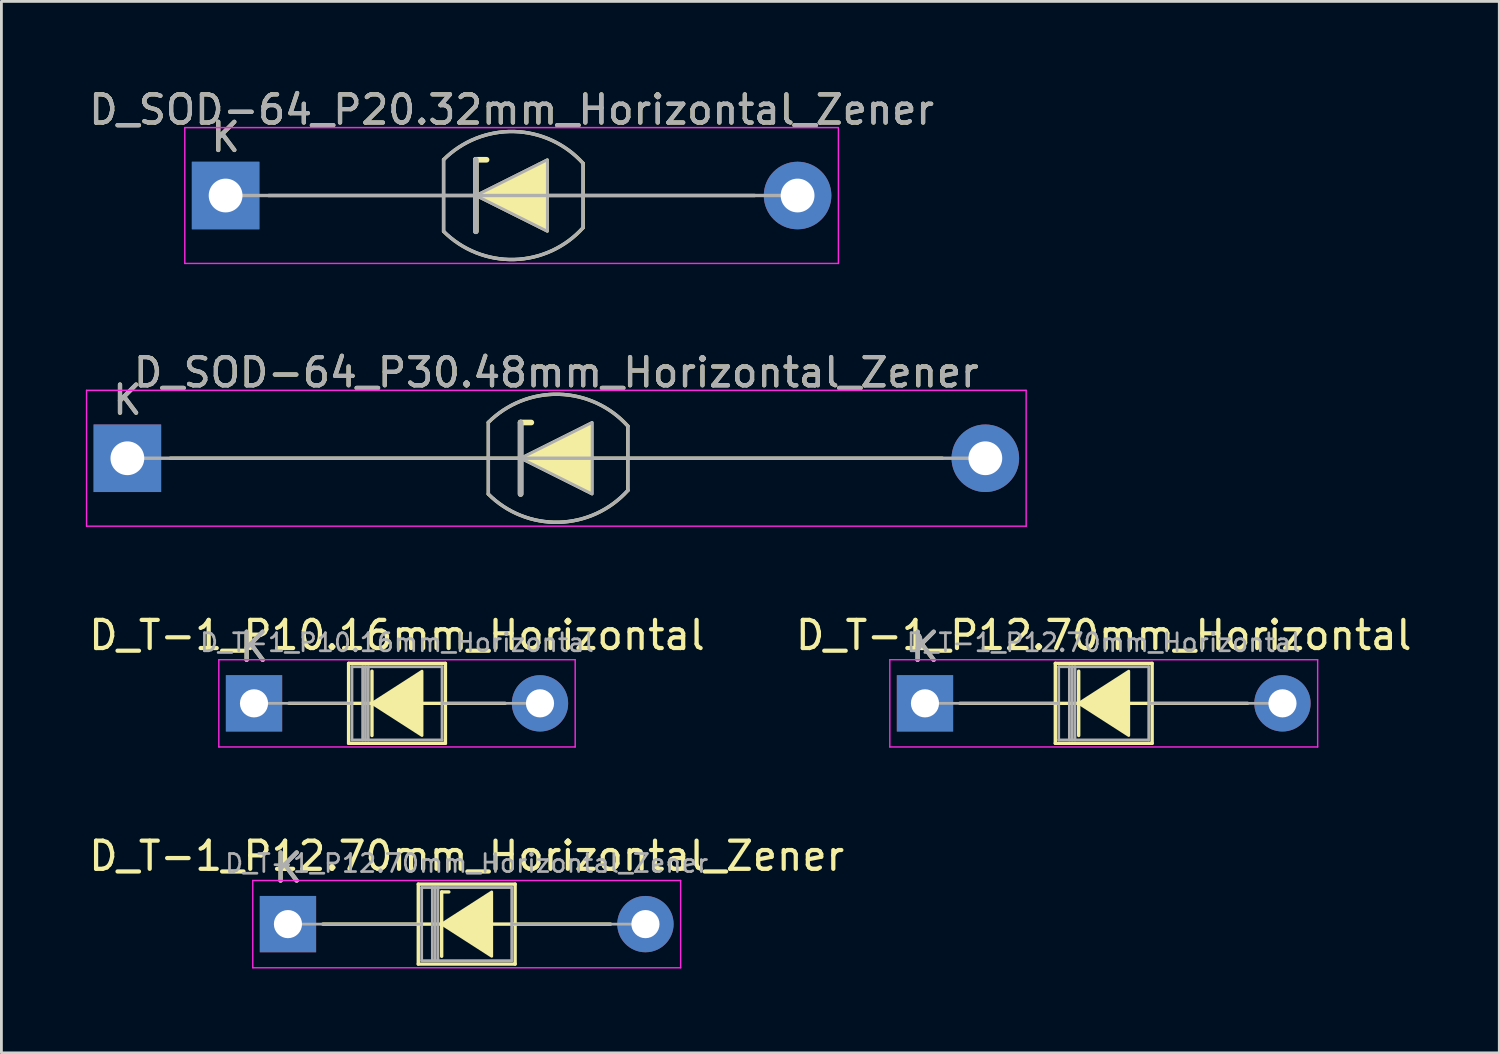
<source format=kicad_pcb>
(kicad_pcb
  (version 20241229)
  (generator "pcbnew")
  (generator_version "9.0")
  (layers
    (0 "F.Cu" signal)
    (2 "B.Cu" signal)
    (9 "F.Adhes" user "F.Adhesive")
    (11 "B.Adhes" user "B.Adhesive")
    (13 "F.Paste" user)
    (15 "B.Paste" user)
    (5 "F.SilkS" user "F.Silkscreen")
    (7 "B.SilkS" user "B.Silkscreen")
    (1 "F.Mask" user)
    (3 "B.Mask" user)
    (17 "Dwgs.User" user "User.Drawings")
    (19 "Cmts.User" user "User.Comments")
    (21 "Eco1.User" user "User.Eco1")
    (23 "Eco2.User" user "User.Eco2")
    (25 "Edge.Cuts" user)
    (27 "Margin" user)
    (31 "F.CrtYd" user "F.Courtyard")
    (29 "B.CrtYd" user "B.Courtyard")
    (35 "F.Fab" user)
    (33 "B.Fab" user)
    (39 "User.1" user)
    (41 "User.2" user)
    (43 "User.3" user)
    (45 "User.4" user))
  (footprint "D_SOD-64_P30.48mm_Horizontal_Zener"
    (layer "F.Cu")
    (at 1.475 13.23)
    (property "Reference" "D_SOD-64_P30.48mm_Horizontal_Zener" (at 15.24 -3.048 0) (layer "F.SilkS") (effects (font (size 1 1) (thickness 0.15))))
    (attr through_hole)
    (fp_line (start 1.524 0) (end 28.956 0) (stroke (width 0.12) (type solid)) (layer "F.SilkS"))
    (fp_line (start 12.824 1.27) (end 12.824 -1.273) (stroke (width 0.12) (type solid)) (layer "F.SilkS"))
    (fp_line (start 13.97 -1.27) (end 14.351 -1.27) (stroke (width 0.2) (type solid)) (layer "F.SilkS"))
    (fp_line (start 13.97 1.27) (end 13.97 -1.27) (stroke (width 0.2) (type solid)) (layer "F.SilkS"))
    (fp_line (start 17.78 -1.143) (end 17.78 1.143) (stroke (width 0.12) (type solid)) (layer "F.SilkS"))
    (fp_arc (start 12.82366 -1.27334) (mid 15.329833 -2.273039) (end 17.779998 -1.143) (stroke (width 0.12) (type solid)) (layer "F.SilkS"))
    (fp_arc (start 17.78 1.143) (mid 15.330216 2.273029) (end 12.824202 1.273879) (stroke (width 0.12) (type solid)) (layer "F.SilkS"))
    (fp_poly (pts (xy 16.51 1.27) (xy 13.97 0) (xy 16.51 -1.27)) (stroke (width 0.1) (type solid)) (fill yes) (layer "F.SilkS"))
    (fp_line (start -1.45 -2.413) (end -1.45 2.413) (stroke (width 0.05) (type solid)) (layer "F.CrtYd"))
    (fp_line (start -1.45 2.413) (end 31.93 2.413) (stroke (width 0.05) (type solid)) (layer "F.CrtYd"))
    (fp_line (start 31.93 -2.413) (end -1.45 -2.413) (stroke (width 0.05) (type solid)) (layer "F.CrtYd"))
    (fp_line (start 31.93 2.413) (end 31.93 -2.413) (stroke (width 0.05) (type solid)) (layer "F.CrtYd"))
    (fp_line (start 0 0) (end 30.48 0) (stroke (width 0.12) (type solid)) (layer "F.Fab"))
    (fp_line (start 12.824 1.274) (end 12.824 -1.273) (stroke (width 0.12) (type solid)) (layer "F.Fab"))
    (fp_line (start 13.97 1.27) (end 13.97 -1.27) (stroke (width 0.2) (type solid)) (layer "F.Fab"))
    (fp_line (start 17.78 -1.143) (end 17.78 1.143) (stroke (width 0.12) (type solid)) (layer "F.Fab"))
    (fp_arc (start 12.8242 -1.273879) (mid 15.330214 -2.273029) (end 17.779998 -1.143) (stroke (width 0.12) (type solid)) (layer "F.Fab"))
    (fp_arc (start 17.78 1.143) (mid 15.330216 2.273029) (end 12.824202 1.273879) (stroke (width 0.12) (type solid)) (layer "F.Fab"))
    (fp_poly (pts (xy 16.51 1.27) (xy 13.97 0) (xy 16.51 -1.27)) (stroke (width 0.1) (type solid)) (fill no) (layer "F.Fab"))
    (fp_text user "K" (at 0 -2.073 0) (layer "F.SilkS") (effects (font (size 1 1) (thickness 0.15))))
    (fp_text user "K" (at 0 -2.073 0) (layer "F.Fab") (effects (font (size 1 1) (thickness 0.15))))
    (fp_text user "${REFERENCE}" (at 15.24 -3.048 0) (layer "F.Fab") (effects (font (size 1 1) (thickness 0.15))))
    (pad "1" thru_hole rect (at 0 0) (size 2.4 2.4) (drill 1.2) (layers "*.Cu" "*.Mask"))
    (pad "2" thru_hole oval (at 30.48 0) (size 2.4 2.4) (drill 1.2) (layers "*.Cu" "*.Mask")))
  (footprint "D_T-1_P12.70mm_Horizontal"
    (layer "F.Cu")
    (at 29.811 21.937)
    (property "Reference" "D_T-1_P12.70mm_Horizontal" (at 6.35 -2.42 0) (layer "F.SilkS") (effects (font (size 1 1) (thickness 0.15))))
    (attr through_hole)
    (fp_line (start 1.24 0) (end 4.63 0) (stroke (width 0.12) (type solid)) (layer "F.SilkS"))
    (fp_line (start 4.63 -1.42) (end 4.63 1.42) (stroke (width 0.12) (type solid)) (layer "F.SilkS"))
    (fp_line (start 4.63 1.42) (end 8.07 1.42) (stroke (width 0.12) (type solid)) (layer "F.SilkS"))
    (fp_line (start 5.461 -1.143) (end 5.461 1.143) (stroke (width 0.12) (type solid)) (layer "F.SilkS"))
    (fp_line (start 5.588 0) (end 4.63 0) (stroke (width 0.12) (type solid)) (layer "F.SilkS"))
    (fp_line (start 7.239 0) (end 8.07 0) (stroke (width 0.12) (type solid)) (layer "F.SilkS"))
    (fp_line (start 8.07 -1.42) (end 4.63 -1.42) (stroke (width 0.12) (type solid)) (layer "F.SilkS"))
    (fp_line (start 8.07 1.42) (end 8.07 -1.42) (stroke (width 0.12) (type solid)) (layer "F.SilkS"))
    (fp_line (start 11.46 0) (end 8.07 0) (stroke (width 0.12) (type solid)) (layer "F.SilkS"))
    (fp_poly (pts (xy 7.239 1.143) (xy 5.461 0) (xy 7.239 -1.143)) (stroke (width 0.1) (type solid)) (fill yes) (layer "F.SilkS"))
    (fp_line (start -1.25 -1.55) (end -1.25 1.55) (stroke (width 0.05) (type solid)) (layer "F.CrtYd"))
    (fp_line (start -1.25 1.55) (end 13.95 1.55) (stroke (width 0.05) (type solid)) (layer "F.CrtYd"))
    (fp_line (start 13.95 -1.55) (end -1.25 -1.55) (stroke (width 0.05) (type solid)) (layer "F.CrtYd"))
    (fp_line (start 13.95 1.55) (end 13.95 -1.55) (stroke (width 0.05) (type solid)) (layer "F.CrtYd"))
    (fp_line (start 0 0) (end 4.75 0) (stroke (width 0.1) (type solid)) (layer "F.Fab"))
    (fp_line (start 4.75 -1.3) (end 4.75 1.3) (stroke (width 0.1) (type solid)) (layer "F.Fab"))
    (fp_line (start 4.75 1.3) (end 7.95 1.3) (stroke (width 0.1) (type solid)) (layer "F.Fab"))
    (fp_line (start 5.13 -1.3) (end 5.13 1.3) (stroke (width 0.1) (type solid)) (layer "F.Fab"))
    (fp_line (start 5.23 -1.3) (end 5.23 1.3) (stroke (width 0.1) (type solid)) (layer "F.Fab"))
    (fp_line (start 5.33 -1.3) (end 5.33 1.3) (stroke (width 0.1) (type solid)) (layer "F.Fab"))
    (fp_line (start 7.95 -1.3) (end 4.75 -1.3) (stroke (width 0.1) (type solid)) (layer "F.Fab"))
    (fp_line (start 7.95 1.3) (end 7.95 -1.3) (stroke (width 0.1) (type solid)) (layer "F.Fab"))
    (fp_line (start 12.7 0) (end 7.95 0) (stroke (width 0.1) (type solid)) (layer "F.Fab"))
    (fp_text user "K" (at 0 -2 0) (layer "F.SilkS") (effects (font (size 1 1) (thickness 0.15))))
    (fp_text user "K" (at 0 -2 0) (layer "F.Fab") (effects (font (size 1 1) (thickness 0.15))))
    (fp_text user "${REFERENCE}" (at 6.35 -2.159 0) (layer "F.Fab") (effects (font (size 0.64 0.64) (thickness 0.096))))
    (pad "1" thru_hole rect (at 0 0) (size 2 2) (drill 1) (layers "*.Cu" "*.Mask"))
    (pad "2" thru_hole oval (at 12.7 0) (size 2 2) (drill 1) (layers "*.Cu" "*.Mask")))
  (footprint "D_T-1_P12.70mm_Horizontal_Zener"
    (layer "F.Cu")
    (at 7.18 29.78)
    (property "Reference" "D_T-1_P12.70mm_Horizontal_Zener" (at 6.35 -2.42 0) (layer "F.SilkS") (effects (font (size 1 1) (thickness 0.15))))
    (attr through_hole)
    (fp_line (start 1.24 0) (end 4.63 0) (stroke (width 0.12) (type solid)) (layer "F.SilkS"))
    (fp_line (start 4.63 -1.42) (end 4.63 1.42) (stroke (width 0.12) (type solid)) (layer "F.SilkS"))
    (fp_line (start 4.63 1.42) (end 8.07 1.42) (stroke (width 0.12) (type solid)) (layer "F.SilkS"))
    (fp_line (start 5.461 -1.143) (end 5.461 1.143) (stroke (width 0.12) (type solid)) (layer "F.SilkS"))
    (fp_line (start 5.461 -1.143) (end 5.715 -1.143) (stroke (width 0.12) (type solid)) (layer "F.SilkS"))
    (fp_line (start 5.588 0) (end 4.63 0) (stroke (width 0.12) (type solid)) (layer "F.SilkS"))
    (fp_line (start 7.239 0) (end 8.07 0) (stroke (width 0.12) (type solid)) (layer "F.SilkS"))
    (fp_line (start 8.07 -1.42) (end 4.63 -1.42) (stroke (width 0.12) (type solid)) (layer "F.SilkS"))
    (fp_line (start 8.07 1.42) (end 8.07 -1.42) (stroke (width 0.12) (type solid)) (layer "F.SilkS"))
    (fp_line (start 11.46 0) (end 8.07 0) (stroke (width 0.12) (type solid)) (layer "F.SilkS"))
    (fp_poly (pts (xy 7.239 1.143) (xy 5.461 0) (xy 7.239 -1.143)) (stroke (width 0.1) (type solid)) (fill yes) (layer "F.SilkS"))
    (fp_line (start -1.25 -1.55) (end -1.25 1.55) (stroke (width 0.05) (type solid)) (layer "F.CrtYd"))
    (fp_line (start -1.25 1.55) (end 13.95 1.55) (stroke (width 0.05) (type solid)) (layer "F.CrtYd"))
    (fp_line (start 13.95 -1.55) (end -1.25 -1.55) (stroke (width 0.05) (type solid)) (layer "F.CrtYd"))
    (fp_line (start 13.95 1.55) (end 13.95 -1.55) (stroke (width 0.05) (type solid)) (layer "F.CrtYd"))
    (fp_line (start 0 0) (end 4.75 0) (stroke (width 0.1) (type solid)) (layer "F.Fab"))
    (fp_line (start 4.75 -1.3) (end 4.75 1.3) (stroke (width 0.1) (type solid)) (layer "F.Fab"))
    (fp_line (start 4.75 1.3) (end 7.95 1.3) (stroke (width 0.1) (type solid)) (layer "F.Fab"))
    (fp_line (start 5.13 -1.3) (end 5.13 1.3) (stroke (width 0.1) (type solid)) (layer "F.Fab"))
    (fp_line (start 5.23 -1.3) (end 5.23 1.3) (stroke (width 0.1) (type solid)) (layer "F.Fab"))
    (fp_line (start 5.33 -1.3) (end 5.33 1.3) (stroke (width 0.1) (type solid)) (layer "F.Fab"))
    (fp_line (start 7.95 -1.3) (end 4.75 -1.3) (stroke (width 0.1) (type solid)) (layer "F.Fab"))
    (fp_line (start 7.95 1.3) (end 7.95 -1.3) (stroke (width 0.1) (type solid)) (layer "F.Fab"))
    (fp_line (start 12.7 0) (end 7.95 0) (stroke (width 0.1) (type solid)) (layer "F.Fab"))
    (fp_text user "K" (at 0 -2 0) (layer "F.SilkS") (effects (font (size 1 1) (thickness 0.15))))
    (fp_text user "K" (at 0 -2 0) (layer "F.Fab") (effects (font (size 1 1) (thickness 0.15))))
    (fp_text user "${REFERENCE}" (at 6.35 -2.159 0) (layer "F.Fab") (effects (font (size 0.64 0.64) (thickness 0.096))))
    (pad "1" thru_hole rect (at 0 0) (size 2 2) (drill 1) (layers "*.Cu" "*.Mask"))
    (pad "2" thru_hole oval (at 12.7 0) (size 2 2) (drill 1) (layers "*.Cu" "*.Mask")))
  (footprint "D_T-1_P10.16mm_Horizontal"
    (layer "F.Cu")
    (at 5.974 21.937)
    (property "Reference" "D_T-1_P10.16mm_Horizontal" (at 5.08 -2.42 0) (layer "F.SilkS") (effects (font (size 1 1) (thickness 0.15))))
    (attr through_hole)
    (fp_line (start 1.24 0) (end 3.36 0) (stroke (width 0.12) (type solid)) (layer "F.SilkS"))
    (fp_line (start 3.36 -1.42) (end 3.36 1.42) (stroke (width 0.12) (type solid)) (layer "F.SilkS"))
    (fp_line (start 3.36 1.42) (end 6.8 1.42) (stroke (width 0.12) (type solid)) (layer "F.SilkS"))
    (fp_line (start 4.191 -1.143) (end 4.191 1.143) (stroke (width 0.12) (type solid)) (layer "F.SilkS"))
    (fp_line (start 4.318 0) (end 3.36 0) (stroke (width 0.12) (type solid)) (layer "F.SilkS"))
    (fp_line (start 5.969 0) (end 6.8 0) (stroke (width 0.12) (type solid)) (layer "F.SilkS"))
    (fp_line (start 6.8 -1.42) (end 3.36 -1.42) (stroke (width 0.12) (type solid)) (layer "F.SilkS"))
    (fp_line (start 6.8 1.42) (end 6.8 -1.42) (stroke (width 0.12) (type solid)) (layer "F.SilkS"))
    (fp_line (start 8.92 0) (end 6.8 0) (stroke (width 0.12) (type solid)) (layer "F.SilkS"))
    (fp_poly (pts (xy 5.969 1.143) (xy 4.191 0) (xy 5.969 -1.143)) (stroke (width 0.1) (type solid)) (fill yes) (layer "F.SilkS"))
    (fp_line (start -1.25 -1.55) (end -1.25 1.55) (stroke (width 0.05) (type solid)) (layer "F.CrtYd"))
    (fp_line (start -1.25 1.55) (end 11.41 1.55) (stroke (width 0.05) (type solid)) (layer "F.CrtYd"))
    (fp_line (start 11.41 -1.55) (end -1.25 -1.55) (stroke (width 0.05) (type solid)) (layer "F.CrtYd"))
    (fp_line (start 11.41 1.55) (end 11.41 -1.55) (stroke (width 0.05) (type solid)) (layer "F.CrtYd"))
    (fp_line (start 0 0) (end 3.48 0) (stroke (width 0.1) (type solid)) (layer "F.Fab"))
    (fp_line (start 3.48 -1.3) (end 3.48 1.3) (stroke (width 0.1) (type solid)) (layer "F.Fab"))
    (fp_line (start 3.48 1.3) (end 6.68 1.3) (stroke (width 0.1) (type solid)) (layer "F.Fab"))
    (fp_line (start 3.86 -1.3) (end 3.86 1.3) (stroke (width 0.1) (type solid)) (layer "F.Fab"))
    (fp_line (start 3.96 -1.3) (end 3.96 1.3) (stroke (width 0.1) (type solid)) (layer "F.Fab"))
    (fp_line (start 4.06 -1.3) (end 4.06 1.3) (stroke (width 0.1) (type solid)) (layer "F.Fab"))
    (fp_line (start 6.68 -1.3) (end 3.48 -1.3) (stroke (width 0.1) (type solid)) (layer "F.Fab"))
    (fp_line (start 6.68 1.3) (end 6.68 -1.3) (stroke (width 0.1) (type solid)) (layer "F.Fab"))
    (fp_line (start 10.16 0) (end 6.68 0) (stroke (width 0.1) (type solid)) (layer "F.Fab"))
    (fp_text user "K" (at 0 -2 0) (layer "F.SilkS") (effects (font (size 1 1) (thickness 0.15))))
    (fp_text user "K" (at 0 -2 0) (layer "F.Fab") (effects (font (size 1 1) (thickness 0.15))))
    (fp_text user "${REFERENCE}" (at 5.08 -2.159 0) (layer "F.Fab") (effects (font (size 0.64 0.64) (thickness 0.096))))
    (pad "1" thru_hole rect (at 0 0) (size 2 2) (drill 1) (layers "*.Cu" "*.Mask"))
    (pad "2" thru_hole oval (at 10.16 0) (size 2 2) (drill 1) (layers "*.Cu" "*.Mask")))
  (footprint "D_SOD-64_P20.32mm_Horizontal_Zener"
    (layer "F.Cu")
    (at 4.965 3.896)
    (property "Reference" "D_SOD-64_P20.32mm_Horizontal_Zener" (at 10.16 -3.048 0) (layer "F.SilkS") (effects (font (size 1 1) (thickness 0.15))))
    (attr through_hole)
    (fp_line (start 1.524 0) (end 18.796 0) (stroke (width 0.12) (type solid)) (layer "F.SilkS"))
    (fp_line (start 7.744 1.27) (end 7.744 -1.273) (stroke (width 0.12) (type solid)) (layer "F.SilkS"))
    (fp_line (start 8.89 -1.27) (end 9.271 -1.27) (stroke (width 0.2) (type solid)) (layer "F.SilkS"))
    (fp_line (start 8.89 1.27) (end 8.89 -1.27) (stroke (width 0.2) (type solid)) (layer "F.SilkS"))
    (fp_line (start 12.7 -1.143) (end 12.7 1.143) (stroke (width 0.12) (type solid)) (layer "F.SilkS"))
    (fp_arc (start 7.74366 -1.27334) (mid 10.249833 -2.273039) (end 12.699998 -1.143) (stroke (width 0.12) (type solid)) (layer "F.SilkS"))
    (fp_arc (start 12.7 1.143) (mid 10.250216 2.273029) (end 7.744202 1.273879) (stroke (width 0.12) (type solid)) (layer "F.SilkS"))
    (fp_poly (pts (xy 11.43 1.27) (xy 8.89 0) (xy 11.43 -1.27)) (stroke (width 0.1) (type solid)) (fill yes) (layer "F.SilkS"))
    (fp_line (start -1.45 -2.413) (end -1.45 2.413) (stroke (width 0.05) (type solid)) (layer "F.CrtYd"))
    (fp_line (start -1.45 2.413) (end 21.77 2.413) (stroke (width 0.05) (type solid)) (layer "F.CrtYd"))
    (fp_line (start 21.77 -2.413) (end -1.45 -2.413) (stroke (width 0.05) (type solid)) (layer "F.CrtYd"))
    (fp_line (start 21.77 2.413) (end 21.77 -2.413) (stroke (width 0.05) (type solid)) (layer "F.CrtYd"))
    (fp_line (start 0 0) (end 20.32 0) (stroke (width 0.12) (type solid)) (layer "F.Fab"))
    (fp_line (start 7.744 1.274) (end 7.744 -1.273) (stroke (width 0.12) (type solid)) (layer "F.Fab"))
    (fp_line (start 8.89 1.27) (end 8.89 -1.27) (stroke (width 0.2) (type solid)) (layer "F.Fab"))
    (fp_line (start 12.7 -1.143) (end 12.7 1.143) (stroke (width 0.12) (type solid)) (layer "F.Fab"))
    (fp_arc (start 7.7442 -1.273879) (mid 10.250214 -2.273029) (end 12.699998 -1.143) (stroke (width 0.12) (type solid)) (layer "F.Fab"))
    (fp_arc (start 12.7 1.143) (mid 10.250216 2.273029) (end 7.744202 1.273879) (stroke (width 0.12) (type solid)) (layer "F.Fab"))
    (fp_poly (pts (xy 11.43 1.27) (xy 8.89 0) (xy 11.43 -1.27)) (stroke (width 0.1) (type solid)) (fill no) (layer "F.Fab"))
    (fp_text user "K" (at 0 -2.073 0) (layer "F.SilkS") (effects (font (size 1 1) (thickness 0.15))))
    (fp_text user "K" (at 0 -2.073 0) (layer "F.Fab") (effects (font (size 1 1) (thickness 0.15))))
    (fp_text user "${REFERENCE}" (at 10.16 -3.048 0) (layer "F.Fab") (effects (font (size 1 1) (thickness 0.15))))
    (pad "1" thru_hole rect (at 0 0) (size 2.4 2.4) (drill 1.2) (layers "*.Cu" "*.Mask"))
    (pad "2" thru_hole oval (at 20.32 0) (size 2.4 2.4) (drill 1.2) (layers "*.Cu" "*.Mask")))
  (gr_rect
    (start -3 -3)
    (end 50.214 34.355)
    (stroke (width 0.1) (type default))
    (fill no)
    (layer "Edge.Cuts")))
</source>
